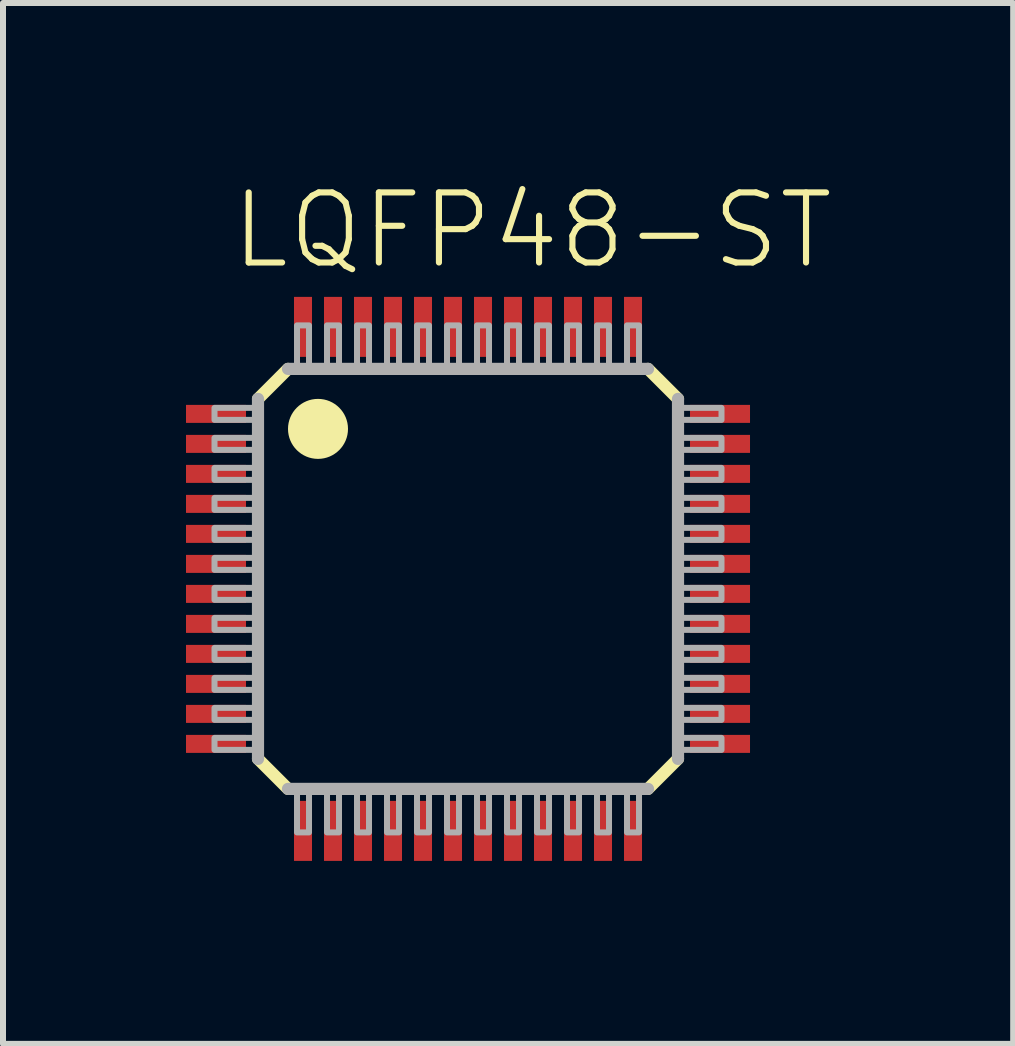
<source format=kicad_pcb>
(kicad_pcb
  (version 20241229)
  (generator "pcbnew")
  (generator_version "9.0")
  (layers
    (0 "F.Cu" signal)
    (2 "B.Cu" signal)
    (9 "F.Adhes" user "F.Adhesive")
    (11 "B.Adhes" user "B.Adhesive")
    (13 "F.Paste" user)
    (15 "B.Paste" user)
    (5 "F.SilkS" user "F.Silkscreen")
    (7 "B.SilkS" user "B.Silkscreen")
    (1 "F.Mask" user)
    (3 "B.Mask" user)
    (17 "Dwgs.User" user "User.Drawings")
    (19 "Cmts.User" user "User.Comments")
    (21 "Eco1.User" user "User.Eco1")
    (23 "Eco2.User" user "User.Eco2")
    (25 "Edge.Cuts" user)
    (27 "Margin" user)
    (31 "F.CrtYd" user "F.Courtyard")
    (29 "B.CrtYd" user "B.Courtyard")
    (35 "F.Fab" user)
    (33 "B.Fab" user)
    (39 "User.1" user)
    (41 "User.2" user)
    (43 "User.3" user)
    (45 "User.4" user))
  (footprint "LQFP48-ST"
    (layer "F.Cu")
    (at 4.75 6.598)
    (property "Reference" "LQFP48-ST" (at -4 -5.125 0) (unlocked yes) (layer "F.SilkS") (effects (font (size 1.168 1.168) (thickness 0.102)) (justify left bottom)))
    (fp_poly (pts (xy -4.75 -2.55) (xy -3.65 -2.55) (xy -3.65 -2.95) (xy -4.75 -2.95)) (stroke (width 0) (type default)) (fill yes) (layer "F.Mask"))
    (fp_poly (pts (xy -4.75 -2.05) (xy -3.65 -2.05) (xy -3.65 -2.45) (xy -4.75 -2.45)) (stroke (width 0) (type default)) (fill yes) (layer "F.Mask"))
    (fp_poly (pts (xy -4.75 -1.55) (xy -3.65 -1.55) (xy -3.65 -1.95) (xy -4.75 -1.95)) (stroke (width 0) (type default)) (fill yes) (layer "F.Mask"))
    (fp_poly (pts (xy -4.75 -1.05) (xy -3.65 -1.05) (xy -3.65 -1.45) (xy -4.75 -1.45)) (stroke (width 0) (type default)) (fill yes) (layer "F.Mask"))
    (fp_poly (pts (xy -4.75 -0.55) (xy -3.65 -0.55) (xy -3.65 -0.95) (xy -4.75 -0.95)) (stroke (width 0) (type default)) (fill yes) (layer "F.Mask"))
    (fp_poly (pts (xy -4.75 -0.05) (xy -3.65 -0.05) (xy -3.65 -0.45) (xy -4.75 -0.45)) (stroke (width 0) (type default)) (fill yes) (layer "F.Mask"))
    (fp_poly (pts (xy -4.75 0.45) (xy -3.65 0.45) (xy -3.65 0.05) (xy -4.75 0.05)) (stroke (width 0) (type default)) (fill yes) (layer "F.Mask"))
    (fp_poly (pts (xy -4.75 0.95) (xy -3.65 0.95) (xy -3.65 0.55) (xy -4.75 0.55)) (stroke (width 0) (type default)) (fill yes) (layer "F.Mask"))
    (fp_poly (pts (xy -4.75 1.45) (xy -3.65 1.45) (xy -3.65 1.05) (xy -4.75 1.05)) (stroke (width 0) (type default)) (fill yes) (layer "F.Mask"))
    (fp_poly (pts (xy -4.75 1.95) (xy -3.65 1.95) (xy -3.65 1.55) (xy -4.75 1.55)) (stroke (width 0) (type default)) (fill yes) (layer "F.Mask"))
    (fp_poly (pts (xy -4.75 2.45) (xy -3.65 2.45) (xy -3.65 2.05) (xy -4.75 2.05)) (stroke (width 0) (type default)) (fill yes) (layer "F.Mask"))
    (fp_poly (pts (xy -4.75 2.95) (xy -3.65 2.95) (xy -3.65 2.55) (xy -4.75 2.55)) (stroke (width 0) (type default)) (fill yes) (layer "F.Mask"))
    (fp_poly (pts (xy -2.95 -4.75) (xy -2.95 -3.65) (xy -2.55 -3.65) (xy -2.55 -4.75)) (stroke (width 0) (type default)) (fill yes) (layer "F.Mask"))
    (fp_poly (pts (xy -2.95 3.65) (xy -2.95 4.75) (xy -2.55 4.75) (xy -2.55 3.65)) (stroke (width 0) (type default)) (fill yes) (layer "F.Mask"))
    (fp_poly (pts (xy -2.45 -4.75) (xy -2.45 -3.65) (xy -2.05 -3.65) (xy -2.05 -4.75)) (stroke (width 0) (type default)) (fill yes) (layer "F.Mask"))
    (fp_poly (pts (xy -2.45 3.65) (xy -2.45 4.75) (xy -2.05 4.75) (xy -2.05 3.65)) (stroke (width 0) (type default)) (fill yes) (layer "F.Mask"))
    (fp_poly (pts (xy -1.95 -4.75) (xy -1.95 -3.65) (xy -1.55 -3.65) (xy -1.55 -4.75)) (stroke (width 0) (type default)) (fill yes) (layer "F.Mask"))
    (fp_poly (pts (xy -1.95 3.65) (xy -1.95 4.75) (xy -1.55 4.75) (xy -1.55 3.65)) (stroke (width 0) (type default)) (fill yes) (layer "F.Mask"))
    (fp_poly (pts (xy -1.45 -4.75) (xy -1.45 -3.65) (xy -1.05 -3.65) (xy -1.05 -4.75)) (stroke (width 0) (type default)) (fill yes) (layer "F.Mask"))
    (fp_poly (pts (xy -1.45 3.65) (xy -1.45 4.75) (xy -1.05 4.75) (xy -1.05 3.65)) (stroke (width 0) (type default)) (fill yes) (layer "F.Mask"))
    (fp_poly (pts (xy -0.95 -4.75) (xy -0.95 -3.65) (xy -0.55 -3.65) (xy -0.55 -4.75)) (stroke (width 0) (type default)) (fill yes) (layer "F.Mask"))
    (fp_poly (pts (xy -0.95 3.65) (xy -0.95 4.75) (xy -0.55 4.75) (xy -0.55 3.65)) (stroke (width 0) (type default)) (fill yes) (layer "F.Mask"))
    (fp_poly (pts (xy -0.45 -4.75) (xy -0.45 -3.65) (xy -0.05 -3.65) (xy -0.05 -4.75)) (stroke (width 0) (type default)) (fill yes) (layer "F.Mask"))
    (fp_poly (pts (xy -0.45 3.65) (xy -0.45 4.75) (xy -0.05 4.75) (xy -0.05 3.65)) (stroke (width 0) (type default)) (fill yes) (layer "F.Mask"))
    (fp_poly (pts (xy 0.05 -4.75) (xy 0.05 -3.65) (xy 0.45 -3.65) (xy 0.45 -4.75)) (stroke (width 0) (type default)) (fill yes) (layer "F.Mask"))
    (fp_poly (pts (xy 0.05 3.65) (xy 0.05 4.75) (xy 0.45 4.75) (xy 0.45 3.65)) (stroke (width 0) (type default)) (fill yes) (layer "F.Mask"))
    (fp_poly (pts (xy 0.55 -4.75) (xy 0.55 -3.65) (xy 0.95 -3.65) (xy 0.95 -4.75)) (stroke (width 0) (type default)) (fill yes) (layer "F.Mask"))
    (fp_poly (pts (xy 0.55 3.65) (xy 0.55 4.75) (xy 0.95 4.75) (xy 0.95 3.65)) (stroke (width 0) (type default)) (fill yes) (layer "F.Mask"))
    (fp_poly (pts (xy 1.05 -4.75) (xy 1.05 -3.65) (xy 1.45 -3.65) (xy 1.45 -4.75)) (stroke (width 0) (type default)) (fill yes) (layer "F.Mask"))
    (fp_poly (pts (xy 1.05 3.65) (xy 1.05 4.75) (xy 1.45 4.75) (xy 1.45 3.65)) (stroke (width 0) (type default)) (fill yes) (layer "F.Mask"))
    (fp_poly (pts (xy 1.55 -4.75) (xy 1.55 -3.65) (xy 1.95 -3.65) (xy 1.95 -4.75)) (stroke (width 0) (type default)) (fill yes) (layer "F.Mask"))
    (fp_poly (pts (xy 1.55 3.65) (xy 1.55 4.75) (xy 1.95 4.75) (xy 1.95 3.65)) (stroke (width 0) (type default)) (fill yes) (layer "F.Mask"))
    (fp_poly (pts (xy 2.05 -4.75) (xy 2.05 -3.65) (xy 2.45 -3.65) (xy 2.45 -4.75)) (stroke (width 0) (type default)) (fill yes) (layer "F.Mask"))
    (fp_poly (pts (xy 2.05 3.65) (xy 2.05 4.75) (xy 2.45 4.75) (xy 2.45 3.65)) (stroke (width 0) (type default)) (fill yes) (layer "F.Mask"))
    (fp_poly (pts (xy 2.55 -4.75) (xy 2.55 -3.65) (xy 2.95 -3.65) (xy 2.95 -4.75)) (stroke (width 0) (type default)) (fill yes) (layer "F.Mask"))
    (fp_poly (pts (xy 2.55 3.65) (xy 2.55 4.75) (xy 2.95 4.75) (xy 2.95 3.65)) (stroke (width 0) (type default)) (fill yes) (layer "F.Mask"))
    (fp_poly (pts (xy 3.65 -2.55) (xy 4.75 -2.55) (xy 4.75 -2.95) (xy 3.65 -2.95)) (stroke (width 0) (type default)) (fill yes) (layer "F.Mask"))
    (fp_poly (pts (xy 3.65 -2.05) (xy 4.75 -2.05) (xy 4.75 -2.45) (xy 3.65 -2.45)) (stroke (width 0) (type default)) (fill yes) (layer "F.Mask"))
    (fp_poly (pts (xy 3.65 -1.55) (xy 4.75 -1.55) (xy 4.75 -1.95) (xy 3.65 -1.95)) (stroke (width 0) (type default)) (fill yes) (layer "F.Mask"))
    (fp_poly (pts (xy 3.65 -1.05) (xy 4.75 -1.05) (xy 4.75 -1.45) (xy 3.65 -1.45)) (stroke (width 0) (type default)) (fill yes) (layer "F.Mask"))
    (fp_poly (pts (xy 3.65 -0.55) (xy 4.75 -0.55) (xy 4.75 -0.95) (xy 3.65 -0.95)) (stroke (width 0) (type default)) (fill yes) (layer "F.Mask"))
    (fp_poly (pts (xy 3.65 -0.05) (xy 4.75 -0.05) (xy 4.75 -0.45) (xy 3.65 -0.45)) (stroke (width 0) (type default)) (fill yes) (layer "F.Mask"))
    (fp_poly (pts (xy 3.65 0.45) (xy 4.75 0.45) (xy 4.75 0.05) (xy 3.65 0.05)) (stroke (width 0) (type default)) (fill yes) (layer "F.Mask"))
    (fp_poly (pts (xy 3.65 0.95) (xy 4.75 0.95) (xy 4.75 0.55) (xy 3.65 0.55)) (stroke (width 0) (type default)) (fill yes) (layer "F.Mask"))
    (fp_poly (pts (xy 3.65 1.45) (xy 4.75 1.45) (xy 4.75 1.05) (xy 3.65 1.05)) (stroke (width 0) (type default)) (fill yes) (layer "F.Mask"))
    (fp_poly (pts (xy 3.65 1.95) (xy 4.75 1.95) (xy 4.75 1.55) (xy 3.65 1.55)) (stroke (width 0) (type default)) (fill yes) (layer "F.Mask"))
    (fp_poly (pts (xy 3.65 2.45) (xy 4.75 2.45) (xy 4.75 2.05) (xy 3.65 2.05)) (stroke (width 0) (type default)) (fill yes) (layer "F.Mask"))
    (fp_poly (pts (xy 3.65 2.95) (xy 4.75 2.95) (xy 4.75 2.55) (xy 3.65 2.55)) (stroke (width 0) (type default)) (fill yes) (layer "F.Mask"))
    (fp_line (start -3.5 -3) (end -3 -3.5) (stroke (width 0.203) (type solid)) (layer "F.SilkS"))
    (fp_line (start -3 3.5) (end -3.5 3) (stroke (width 0.203) (type solid)) (layer "F.SilkS"))
    (fp_line (start 3 -3.5) (end 3.5 -3) (stroke (width 0.203) (type solid)) (layer "F.SilkS"))
    (fp_line (start 3.5 3) (end 3 3.5) (stroke (width 0.203) (type solid)) (layer "F.SilkS"))
    (fp_circle (center -2.5 -2.5) (end -2.25 -2.5) (stroke (width 0.5) (type solid)) (fill yes) (layer "F.SilkS"))
    (fp_poly (pts (xy -4.675 -2.625) (xy -3.725 -2.625) (xy -3.725 -2.875) (xy -4.675 -2.875)) (stroke (width 0) (type default)) (fill yes) (layer "F.Paste"))
    (fp_poly (pts (xy -4.675 -2.125) (xy -3.725 -2.125) (xy -3.725 -2.375) (xy -4.675 -2.375)) (stroke (width 0) (type default)) (fill yes) (layer "F.Paste"))
    (fp_poly (pts (xy -4.675 -1.625) (xy -3.725 -1.625) (xy -3.725 -1.875) (xy -4.675 -1.875)) (stroke (width 0) (type default)) (fill yes) (layer "F.Paste"))
    (fp_poly (pts (xy -4.675 -1.125) (xy -3.725 -1.125) (xy -3.725 -1.375) (xy -4.675 -1.375)) (stroke (width 0) (type default)) (fill yes) (layer "F.Paste"))
    (fp_poly (pts (xy -4.675 -0.625) (xy -3.725 -0.625) (xy -3.725 -0.875) (xy -4.675 -0.875)) (stroke (width 0) (type default)) (fill yes) (layer "F.Paste"))
    (fp_poly (pts (xy -4.675 -0.125) (xy -3.725 -0.125) (xy -3.725 -0.375) (xy -4.675 -0.375)) (stroke (width 0) (type default)) (fill yes) (layer "F.Paste"))
    (fp_poly (pts (xy -4.675 0.375) (xy -3.725 0.375) (xy -3.725 0.125) (xy -4.675 0.125)) (stroke (width 0) (type default)) (fill yes) (layer "F.Paste"))
    (fp_poly (pts (xy -4.675 0.875) (xy -3.725 0.875) (xy -3.725 0.625) (xy -4.675 0.625)) (stroke (width 0) (type default)) (fill yes) (layer "F.Paste"))
    (fp_poly (pts (xy -4.675 1.375) (xy -3.725 1.375) (xy -3.725 1.125) (xy -4.675 1.125)) (stroke (width 0) (type default)) (fill yes) (layer "F.Paste"))
    (fp_poly (pts (xy -4.675 1.875) (xy -3.725 1.875) (xy -3.725 1.625) (xy -4.675 1.625)) (stroke (width 0) (type default)) (fill yes) (layer "F.Paste"))
    (fp_poly (pts (xy -4.675 2.375) (xy -3.725 2.375) (xy -3.725 2.125) (xy -4.675 2.125)) (stroke (width 0) (type default)) (fill yes) (layer "F.Paste"))
    (fp_poly (pts (xy -4.675 2.875) (xy -3.725 2.875) (xy -3.725 2.625) (xy -4.675 2.625)) (stroke (width 0) (type default)) (fill yes) (layer "F.Paste"))
    (fp_poly (pts (xy -2.875 -4.675) (xy -2.875 -3.725) (xy -2.625 -3.725) (xy -2.625 -4.675)) (stroke (width 0) (type default)) (fill yes) (layer "F.Paste"))
    (fp_poly (pts (xy -2.875 3.725) (xy -2.875 4.675) (xy -2.625 4.675) (xy -2.625 3.725)) (stroke (width 0) (type default)) (fill yes) (layer "F.Paste"))
    (fp_poly (pts (xy -2.375 -4.675) (xy -2.375 -3.725) (xy -2.125 -3.725) (xy -2.125 -4.675)) (stroke (width 0) (type default)) (fill yes) (layer "F.Paste"))
    (fp_poly (pts (xy -2.375 3.725) (xy -2.375 4.675) (xy -2.125 4.675) (xy -2.125 3.725)) (stroke (width 0) (type default)) (fill yes) (layer "F.Paste"))
    (fp_poly (pts (xy -1.875 -4.675) (xy -1.875 -3.725) (xy -1.625 -3.725) (xy -1.625 -4.675)) (stroke (width 0) (type default)) (fill yes) (layer "F.Paste"))
    (fp_poly (pts (xy -1.875 3.725) (xy -1.875 4.675) (xy -1.625 4.675) (xy -1.625 3.725)) (stroke (width 0) (type default)) (fill yes) (layer "F.Paste"))
    (fp_poly (pts (xy -1.375 -4.675) (xy -1.375 -3.725) (xy -1.125 -3.725) (xy -1.125 -4.675)) (stroke (width 0) (type default)) (fill yes) (layer "F.Paste"))
    (fp_poly (pts (xy -1.375 3.725) (xy -1.375 4.675) (xy -1.125 4.675) (xy -1.125 3.725)) (stroke (width 0) (type default)) (fill yes) (layer "F.Paste"))
    (fp_poly (pts (xy -0.875 -4.675) (xy -0.875 -3.725) (xy -0.625 -3.725) (xy -0.625 -4.675)) (stroke (width 0) (type default)) (fill yes) (layer "F.Paste"))
    (fp_poly (pts (xy -0.875 3.725) (xy -0.875 4.675) (xy -0.625 4.675) (xy -0.625 3.725)) (stroke (width 0) (type default)) (fill yes) (layer "F.Paste"))
    (fp_poly (pts (xy -0.375 -4.675) (xy -0.375 -3.725) (xy -0.125 -3.725) (xy -0.125 -4.675)) (stroke (width 0) (type default)) (fill yes) (layer "F.Paste"))
    (fp_poly (pts (xy -0.375 3.725) (xy -0.375 4.675) (xy -0.125 4.675) (xy -0.125 3.725)) (stroke (width 0) (type default)) (fill yes) (layer "F.Paste"))
    (fp_poly (pts (xy 0.125 -4.675) (xy 0.125 -3.725) (xy 0.375 -3.725) (xy 0.375 -4.675)) (stroke (width 0) (type default)) (fill yes) (layer "F.Paste"))
    (fp_poly (pts (xy 0.125 3.725) (xy 0.125 4.675) (xy 0.375 4.675) (xy 0.375 3.725)) (stroke (width 0) (type default)) (fill yes) (layer "F.Paste"))
    (fp_poly (pts (xy 0.625 -4.675) (xy 0.625 -3.725) (xy 0.875 -3.725) (xy 0.875 -4.675)) (stroke (width 0) (type default)) (fill yes) (layer "F.Paste"))
    (fp_poly (pts (xy 0.625 3.725) (xy 0.625 4.675) (xy 0.875 4.675) (xy 0.875 3.725)) (stroke (width 0) (type default)) (fill yes) (layer "F.Paste"))
    (fp_poly (pts (xy 1.125 -4.675) (xy 1.125 -3.725) (xy 1.375 -3.725) (xy 1.375 -4.675)) (stroke (width 0) (type default)) (fill yes) (layer "F.Paste"))
    (fp_poly (pts (xy 1.125 3.725) (xy 1.125 4.675) (xy 1.375 4.675) (xy 1.375 3.725)) (stroke (width 0) (type default)) (fill yes) (layer "F.Paste"))
    (fp_poly (pts (xy 1.625 -4.675) (xy 1.625 -3.725) (xy 1.875 -3.725) (xy 1.875 -4.675)) (stroke (width 0) (type default)) (fill yes) (layer "F.Paste"))
    (fp_poly (pts (xy 1.625 3.725) (xy 1.625 4.675) (xy 1.875 4.675) (xy 1.875 3.725)) (stroke (width 0) (type default)) (fill yes) (layer "F.Paste"))
    (fp_poly (pts (xy 2.125 -4.675) (xy 2.125 -3.725) (xy 2.375 -3.725) (xy 2.375 -4.675)) (stroke (width 0) (type default)) (fill yes) (layer "F.Paste"))
    (fp_poly (pts (xy 2.125 3.725) (xy 2.125 4.675) (xy 2.375 4.675) (xy 2.375 3.725)) (stroke (width 0) (type default)) (fill yes) (layer "F.Paste"))
    (fp_poly (pts (xy 2.625 -4.675) (xy 2.625 -3.725) (xy 2.875 -3.725) (xy 2.875 -4.675)) (stroke (width 0) (type default)) (fill yes) (layer "F.Paste"))
    (fp_poly (pts (xy 2.625 3.725) (xy 2.625 4.675) (xy 2.875 4.675) (xy 2.875 3.725)) (stroke (width 0) (type default)) (fill yes) (layer "F.Paste"))
    (fp_poly (pts (xy 3.725 -2.625) (xy 4.675 -2.625) (xy 4.675 -2.875) (xy 3.725 -2.875)) (stroke (width 0) (type default)) (fill yes) (layer "F.Paste"))
    (fp_poly (pts (xy 3.725 -2.125) (xy 4.675 -2.125) (xy 4.675 -2.375) (xy 3.725 -2.375)) (stroke (width 0) (type default)) (fill yes) (layer "F.Paste"))
    (fp_poly (pts (xy 3.725 -1.625) (xy 4.675 -1.625) (xy 4.675 -1.875) (xy 3.725 -1.875)) (stroke (width 0) (type default)) (fill yes) (layer "F.Paste"))
    (fp_poly (pts (xy 3.725 -1.125) (xy 4.675 -1.125) (xy 4.675 -1.375) (xy 3.725 -1.375)) (stroke (width 0) (type default)) (fill yes) (layer "F.Paste"))
    (fp_poly (pts (xy 3.725 -0.625) (xy 4.675 -0.625) (xy 4.675 -0.875) (xy 3.725 -0.875)) (stroke (width 0) (type default)) (fill yes) (layer "F.Paste"))
    (fp_poly (pts (xy 3.725 -0.125) (xy 4.675 -0.125) (xy 4.675 -0.375) (xy 3.725 -0.375)) (stroke (width 0) (type default)) (fill yes) (layer "F.Paste"))
    (fp_poly (pts (xy 3.725 0.375) (xy 4.675 0.375) (xy 4.675 0.125) (xy 3.725 0.125)) (stroke (width 0) (type default)) (fill yes) (layer "F.Paste"))
    (fp_poly (pts (xy 3.725 0.875) (xy 4.675 0.875) (xy 4.675 0.625) (xy 3.725 0.625)) (stroke (width 0) (type default)) (fill yes) (layer "F.Paste"))
    (fp_poly (pts (xy 3.725 1.375) (xy 4.675 1.375) (xy 4.675 1.125) (xy 3.725 1.125)) (stroke (width 0) (type default)) (fill yes) (layer "F.Paste"))
    (fp_poly (pts (xy 3.725 1.875) (xy 4.675 1.875) (xy 4.675 1.625) (xy 3.725 1.625)) (stroke (width 0) (type default)) (fill yes) (layer "F.Paste"))
    (fp_poly (pts (xy 3.725 2.375) (xy 4.675 2.375) (xy 4.675 2.125) (xy 3.725 2.125)) (stroke (width 0) (type default)) (fill yes) (layer "F.Paste"))
    (fp_poly (pts (xy 3.725 2.875) (xy 4.675 2.875) (xy 4.675 2.625) (xy 3.725 2.625)) (stroke (width 0) (type default)) (fill yes) (layer "F.Paste"))
    (fp_line (start -3.5 3) (end -3.5 -3) (stroke (width 0.203) (type solid)) (layer "F.Fab"))
    (fp_line (start -3 -3.5) (end 3 -3.5) (stroke (width 0.203) (type solid)) (layer "F.Fab"))
    (fp_line (start 3 3.5) (end -3 3.5) (stroke (width 0.203) (type solid)) (layer "F.Fab"))
    (fp_line (start 3.5 -3) (end 3.5 3) (stroke (width 0.203) (type solid)) (layer "F.Fab"))
    (fp_poly (pts (xy -4.225 -2.65) (xy -3.475 -2.65) (xy -3.475 -2.85) (xy -4.225 -2.85)) (stroke (width 0.1) (type default)) (fill no) (layer "F.Fab"))
    (fp_poly (pts (xy -4.225 -2.15) (xy -3.475 -2.15) (xy -3.475 -2.35) (xy -4.225 -2.35)) (stroke (width 0.1) (type default)) (fill no) (layer "F.Fab"))
    (fp_poly (pts (xy -4.225 -1.65) (xy -3.475 -1.65) (xy -3.475 -1.85) (xy -4.225 -1.85)) (stroke (width 0.1) (type default)) (fill no) (layer "F.Fab"))
    (fp_poly (pts (xy -4.225 -1.15) (xy -3.475 -1.15) (xy -3.475 -1.35) (xy -4.225 -1.35)) (stroke (width 0.1) (type default)) (fill no) (layer "F.Fab"))
    (fp_poly (pts (xy -4.225 -0.65) (xy -3.475 -0.65) (xy -3.475 -0.85) (xy -4.225 -0.85)) (stroke (width 0.1) (type default)) (fill no) (layer "F.Fab"))
    (fp_poly (pts (xy -4.225 -0.15) (xy -3.475 -0.15) (xy -3.475 -0.35) (xy -4.225 -0.35)) (stroke (width 0.1) (type default)) (fill no) (layer "F.Fab"))
    (fp_poly (pts (xy -4.225 0.35) (xy -3.475 0.35) (xy -3.475 0.15) (xy -4.225 0.15)) (stroke (width 0.1) (type default)) (fill no) (layer "F.Fab"))
    (fp_poly (pts (xy -4.225 0.85) (xy -3.475 0.85) (xy -3.475 0.65) (xy -4.225 0.65)) (stroke (width 0.1) (type default)) (fill no) (layer "F.Fab"))
    (fp_poly (pts (xy -4.225 1.35) (xy -3.475 1.35) (xy -3.475 1.15) (xy -4.225 1.15)) (stroke (width 0.1) (type default)) (fill no) (layer "F.Fab"))
    (fp_poly (pts (xy -4.225 1.85) (xy -3.475 1.85) (xy -3.475 1.65) (xy -4.225 1.65)) (stroke (width 0.1) (type default)) (fill no) (layer "F.Fab"))
    (fp_poly (pts (xy -4.225 2.35) (xy -3.475 2.35) (xy -3.475 2.15) (xy -4.225 2.15)) (stroke (width 0.1) (type default)) (fill no) (layer "F.Fab"))
    (fp_poly (pts (xy -4.225 2.85) (xy -3.475 2.85) (xy -3.475 2.65) (xy -4.225 2.65)) (stroke (width 0.1) (type default)) (fill no) (layer "F.Fab"))
    (fp_poly (pts (xy -2.85 -4.225) (xy -2.85 -3.475) (xy -2.65 -3.475) (xy -2.65 -4.225)) (stroke (width 0.1) (type default)) (fill no) (layer "F.Fab"))
    (fp_poly (pts (xy -2.65 4.225) (xy -2.65 3.475) (xy -2.85 3.475) (xy -2.85 4.225)) (stroke (width 0.1) (type default)) (fill no) (layer "F.Fab"))
    (fp_poly (pts (xy -2.35 -4.225) (xy -2.35 -3.475) (xy -2.15 -3.475) (xy -2.15 -4.225)) (stroke (width 0.1) (type default)) (fill no) (layer "F.Fab"))
    (fp_poly (pts (xy -2.15 4.225) (xy -2.15 3.475) (xy -2.35 3.475) (xy -2.35 4.225)) (stroke (width 0.1) (type default)) (fill no) (layer "F.Fab"))
    (fp_poly (pts (xy -1.85 -4.225) (xy -1.85 -3.475) (xy -1.65 -3.475) (xy -1.65 -4.225)) (stroke (width 0.1) (type default)) (fill no) (layer "F.Fab"))
    (fp_poly (pts (xy -1.65 4.225) (xy -1.65 3.475) (xy -1.85 3.475) (xy -1.85 4.225)) (stroke (width 0.1) (type default)) (fill no) (layer "F.Fab"))
    (fp_poly (pts (xy -1.35 -4.225) (xy -1.35 -3.475) (xy -1.15 -3.475) (xy -1.15 -4.225)) (stroke (width 0.1) (type default)) (fill no) (layer "F.Fab"))
    (fp_poly (pts (xy -1.15 4.225) (xy -1.15 3.475) (xy -1.35 3.475) (xy -1.35 4.225)) (stroke (width 0.1) (type default)) (fill no) (layer "F.Fab"))
    (fp_poly (pts (xy -0.85 -4.225) (xy -0.85 -3.475) (xy -0.65 -3.475) (xy -0.65 -4.225)) (stroke (width 0.1) (type default)) (fill no) (layer "F.Fab"))
    (fp_poly (pts (xy -0.65 4.225) (xy -0.65 3.475) (xy -0.85 3.475) (xy -0.85 4.225)) (stroke (width 0.1) (type default)) (fill no) (layer "F.Fab"))
    (fp_poly (pts (xy -0.35 -4.225) (xy -0.35 -3.475) (xy -0.15 -3.475) (xy -0.15 -4.225)) (stroke (width 0.1) (type default)) (fill no) (layer "F.Fab"))
    (fp_poly (pts (xy -0.15 4.225) (xy -0.15 3.475) (xy -0.35 3.475) (xy -0.35 4.225)) (stroke (width 0.1) (type default)) (fill no) (layer "F.Fab"))
    (fp_poly (pts (xy 0.15 -4.225) (xy 0.15 -3.475) (xy 0.35 -3.475) (xy 0.35 -4.225)) (stroke (width 0.1) (type default)) (fill no) (layer "F.Fab"))
    (fp_poly (pts (xy 0.35 4.225) (xy 0.35 3.475) (xy 0.15 3.475) (xy 0.15 4.225)) (stroke (width 0.1) (type default)) (fill no) (layer "F.Fab"))
    (fp_poly (pts (xy 0.65 -4.225) (xy 0.65 -3.475) (xy 0.85 -3.475) (xy 0.85 -4.225)) (stroke (width 0.1) (type default)) (fill no) (layer "F.Fab"))
    (fp_poly (pts (xy 0.85 4.225) (xy 0.85 3.475) (xy 0.65 3.475) (xy 0.65 4.225)) (stroke (width 0.1) (type default)) (fill no) (layer "F.Fab"))
    (fp_poly (pts (xy 1.15 -4.225) (xy 1.15 -3.475) (xy 1.35 -3.475) (xy 1.35 -4.225)) (stroke (width 0.1) (type default)) (fill no) (layer "F.Fab"))
    (fp_poly (pts (xy 1.35 4.225) (xy 1.35 3.475) (xy 1.15 3.475) (xy 1.15 4.225)) (stroke (width 0.1) (type default)) (fill no) (layer "F.Fab"))
    (fp_poly (pts (xy 1.65 -4.225) (xy 1.65 -3.475) (xy 1.85 -3.475) (xy 1.85 -4.225)) (stroke (width 0.1) (type default)) (fill no) (layer "F.Fab"))
    (fp_poly (pts (xy 1.85 4.225) (xy 1.85 3.475) (xy 1.65 3.475) (xy 1.65 4.225)) (stroke (width 0.1) (type default)) (fill no) (layer "F.Fab"))
    (fp_poly (pts (xy 2.15 -4.225) (xy 2.15 -3.475) (xy 2.35 -3.475) (xy 2.35 -4.225)) (stroke (width 0.1) (type default)) (fill no) (layer "F.Fab"))
    (fp_poly (pts (xy 2.35 4.225) (xy 2.35 3.475) (xy 2.15 3.475) (xy 2.15 4.225)) (stroke (width 0.1) (type default)) (fill no) (layer "F.Fab"))
    (fp_poly (pts (xy 2.65 -4.225) (xy 2.65 -3.475) (xy 2.85 -3.475) (xy 2.85 -4.225)) (stroke (width 0.1) (type default)) (fill no) (layer "F.Fab"))
    (fp_poly (pts (xy 2.85 4.225) (xy 2.85 3.475) (xy 2.65 3.475) (xy 2.65 4.225)) (stroke (width 0.1) (type default)) (fill no) (layer "F.Fab"))
    (fp_poly (pts (xy 4.225 -2.85) (xy 3.475 -2.85) (xy 3.475 -2.65) (xy 4.225 -2.65)) (stroke (width 0.1) (type default)) (fill no) (layer "F.Fab"))
    (fp_poly (pts (xy 4.225 -2.35) (xy 3.475 -2.35) (xy 3.475 -2.15) (xy 4.225 -2.15)) (stroke (width 0.1) (type default)) (fill no) (layer "F.Fab"))
    (fp_poly (pts (xy 4.225 -1.85) (xy 3.475 -1.85) (xy 3.475 -1.65) (xy 4.225 -1.65)) (stroke (width 0.1) (type default)) (fill no) (layer "F.Fab"))
    (fp_poly (pts (xy 4.225 -1.35) (xy 3.475 -1.35) (xy 3.475 -1.15) (xy 4.225 -1.15)) (stroke (width 0.1) (type default)) (fill no) (layer "F.Fab"))
    (fp_poly (pts (xy 4.225 -0.85) (xy 3.475 -0.85) (xy 3.475 -0.65) (xy 4.225 -0.65)) (stroke (width 0.1) (type default)) (fill no) (layer "F.Fab"))
    (fp_poly (pts (xy 4.225 -0.35) (xy 3.475 -0.35) (xy 3.475 -0.15) (xy 4.225 -0.15)) (stroke (width 0.1) (type default)) (fill no) (layer "F.Fab"))
    (fp_poly (pts (xy 4.225 0.15) (xy 3.475 0.15) (xy 3.475 0.35) (xy 4.225 0.35)) (stroke (width 0.1) (type default)) (fill no) (layer "F.Fab"))
    (fp_poly (pts (xy 4.225 0.65) (xy 3.475 0.65) (xy 3.475 0.85) (xy 4.225 0.85)) (stroke (width 0.1) (type default)) (fill no) (layer "F.Fab"))
    (fp_poly (pts (xy 4.225 1.15) (xy 3.475 1.15) (xy 3.475 1.35) (xy 4.225 1.35)) (stroke (width 0.1) (type default)) (fill no) (layer "F.Fab"))
    (fp_poly (pts (xy 4.225 1.65) (xy 3.475 1.65) (xy 3.475 1.85) (xy 4.225 1.85)) (stroke (width 0.1) (type default)) (fill no) (layer "F.Fab"))
    (fp_poly (pts (xy 4.225 2.15) (xy 3.475 2.15) (xy 3.475 2.35) (xy 4.225 2.35)) (stroke (width 0.1) (type default)) (fill no) (layer "F.Fab"))
    (fp_poly (pts (xy 4.225 2.65) (xy 3.475 2.65) (xy 3.475 2.85) (xy 4.225 2.85)) (stroke (width 0.1) (type default)) (fill no) (layer "F.Fab"))
    (pad "1" smd rect (at -4.2 -2.75) (size 1 0.3) (layers "F.Cu"))
    (pad "2" smd rect (at -4.2 -2.25) (size 1 0.3) (layers "F.Cu"))
    (pad "3" smd rect (at -4.2 -1.75) (size 1 0.3) (layers "F.Cu"))
    (pad "4" smd rect (at -4.2 -1.25) (size 1 0.3) (layers "F.Cu"))
    (pad "5" smd rect (at -4.2 -0.75) (size 1 0.3) (layers "F.Cu"))
    (pad "6" smd rect (at -4.2 -0.25) (size 1 0.3) (layers "F.Cu"))
    (pad "7" smd rect (at -4.2 0.25) (size 1 0.3) (layers "F.Cu"))
    (pad "8" smd rect (at -4.2 0.75) (size 1 0.3) (layers "F.Cu"))
    (pad "9" smd rect (at -4.2 1.25) (size 1 0.3) (layers "F.Cu"))
    (pad "10" smd rect (at -4.2 1.75) (size 1 0.3) (layers "F.Cu"))
    (pad "11" smd rect (at -4.2 2.25) (size 1 0.3) (layers "F.Cu"))
    (pad "12" smd rect (at -4.2 2.75) (size 1 0.3) (layers "F.Cu"))
    (pad "13" smd rect (at -2.75 4.2 90) (size 1 0.3) (layers "F.Cu"))
    (pad "14" smd rect (at -2.25 4.2 90) (size 1 0.3) (layers "F.Cu"))
    (pad "15" smd rect (at -1.75 4.2 90) (size 1 0.3) (layers "F.Cu"))
    (pad "16" smd rect (at -1.25 4.2 90) (size 1 0.3) (layers "F.Cu"))
    (pad "17" smd rect (at -0.75 4.2 90) (size 1 0.3) (layers "F.Cu"))
    (pad "18" smd rect (at -0.25 4.2 90) (size 1 0.3) (layers "F.Cu"))
    (pad "19" smd rect (at 0.25 4.2 90) (size 1 0.3) (layers "F.Cu"))
    (pad "20" smd rect (at 0.75 4.2 90) (size 1 0.3) (layers "F.Cu"))
    (pad "21" smd rect (at 1.25 4.2 90) (size 1 0.3) (layers "F.Cu"))
    (pad "22" smd rect (at 1.75 4.2 90) (size 1 0.3) (layers "F.Cu"))
    (pad "23" smd rect (at 2.25 4.2 90) (size 1 0.3) (layers "F.Cu"))
    (pad "24" smd rect (at 2.75 4.2 90) (size 1 0.3) (layers "F.Cu"))
    (pad "25" smd rect (at 4.2 2.75 180) (size 1 0.3) (layers "F.Cu"))
    (pad "26" smd rect (at 4.2 2.25 180) (size 1 0.3) (layers "F.Cu"))
    (pad "27" smd rect (at 4.2 1.75 180) (size 1 0.3) (layers "F.Cu"))
    (pad "28" smd rect (at 4.2 1.25 180) (size 1 0.3) (layers "F.Cu"))
    (pad "29" smd rect (at 4.2 0.75 180) (size 1 0.3) (layers "F.Cu"))
    (pad "30" smd rect (at 4.2 0.25 180) (size 1 0.3) (layers "F.Cu"))
    (pad "31" smd rect (at 4.2 -0.25 180) (size 1 0.3) (layers "F.Cu"))
    (pad "32" smd rect (at 4.2 -0.75 180) (size 1 0.3) (layers "F.Cu"))
    (pad "33" smd rect (at 4.2 -1.25 180) (size 1 0.3) (layers "F.Cu"))
    (pad "34" smd rect (at 4.2 -1.75 180) (size 1 0.3) (layers "F.Cu"))
    (pad "35" smd rect (at 4.2 -2.25 180) (size 1 0.3) (layers "F.Cu"))
    (pad "36" smd rect (at 4.2 -2.75 180) (size 1 0.3) (layers "F.Cu"))
    (pad "37" smd rect (at 2.75 -4.2 270) (size 1 0.3) (layers "F.Cu"))
    (pad "38" smd rect (at 2.25 -4.2 270) (size 1 0.3) (layers "F.Cu"))
    (pad "39" smd rect (at 1.75 -4.2 270) (size 1 0.3) (layers "F.Cu"))
    (pad "40" smd rect (at 1.25 -4.2 270) (size 1 0.3) (layers "F.Cu"))
    (pad "41" smd rect (at 0.75 -4.2 270) (size 1 0.3) (layers "F.Cu"))
    (pad "42" smd rect (at 0.25 -4.2 270) (size 1 0.3) (layers "F.Cu"))
    (pad "43" smd rect (at -0.25 -4.2 270) (size 1 0.3) (layers "F.Cu"))
    (pad "44" smd rect (at -0.75 -4.2 270) (size 1 0.3) (layers "F.Cu"))
    (pad "45" smd rect (at -1.25 -4.2 270) (size 1 0.3) (layers "F.Cu"))
    (pad "46" smd rect (at -1.75 -4.2 270) (size 1 0.3) (layers "F.Cu"))
    (pad "47" smd rect (at -2.25 -4.2 270) (size 1 0.3) (layers "F.Cu"))
    (pad "48" smd rect (at -2.75 -4.2 270) (size 1 0.3) (layers "F.Cu")))
  (gr_rect
    (start -3 -3)
    (end 13.836 14.348)
    (stroke (width 0.1) (type default))
    (fill no)
    (layer "Edge.Cuts")))
</source>
